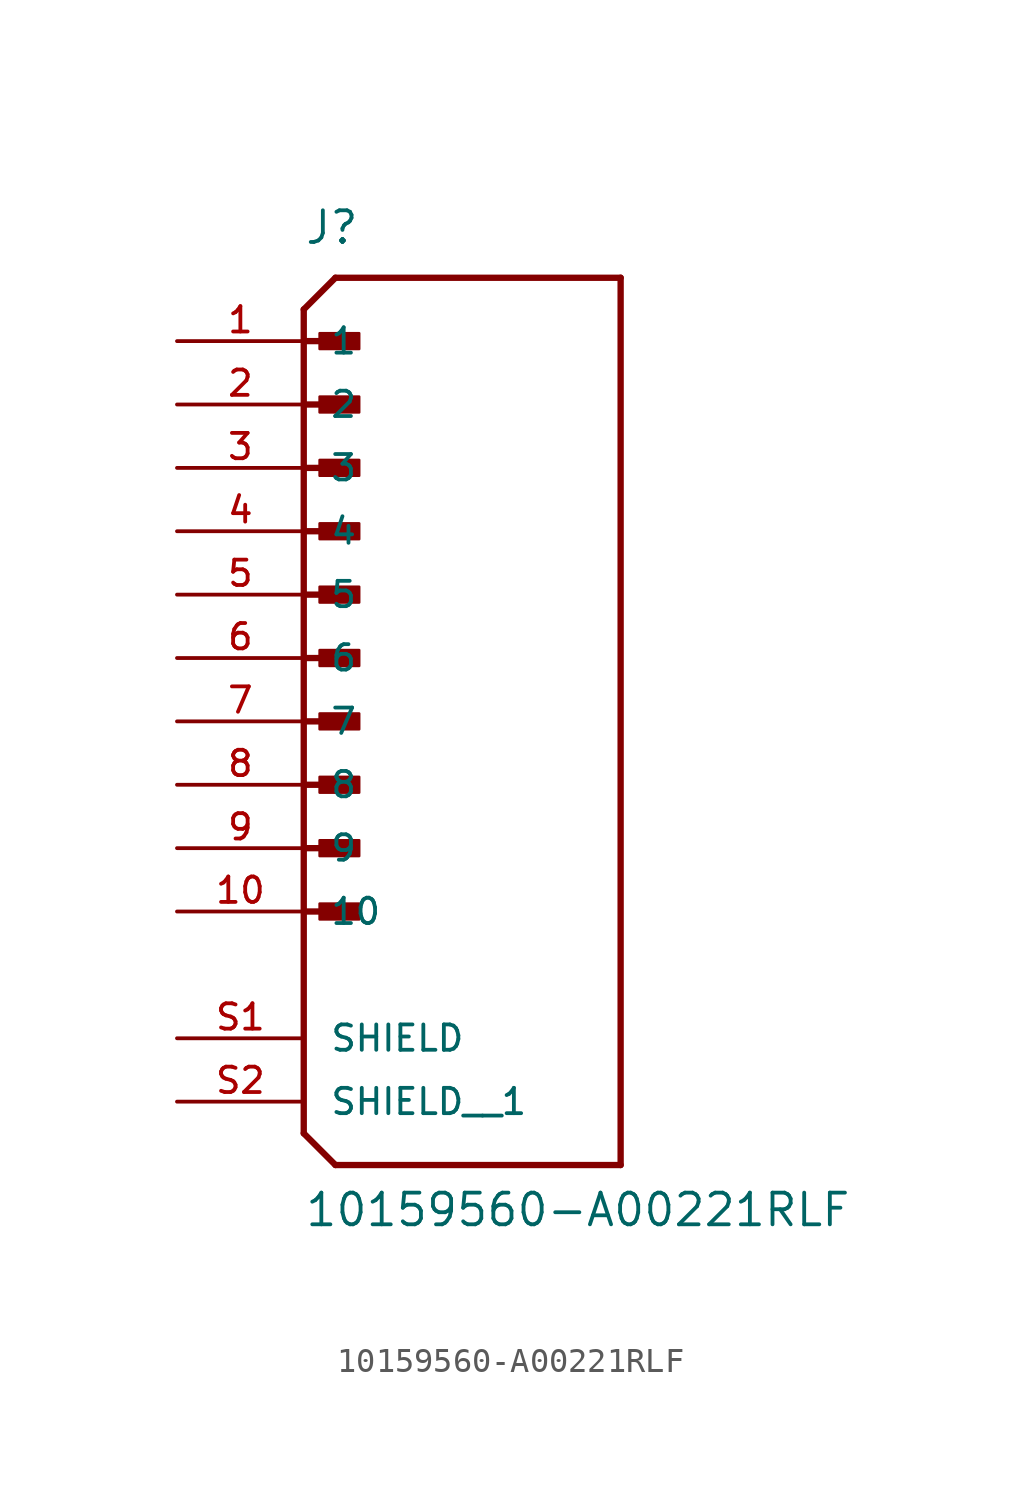
<source format=kicad_sym>
(kicad_symbol_lib
  (version 20211014)
  (generator kicad_symbol_editor)
  (symbol "10159560-A00221RLF"
    (pin_names
      (offset 1.016))
    (property "Reference" "J"
      (at 0.0 16.51 0)
      (effects (font (size 1.27 1.27)) (justify bottom left)))
    (property "Value" "10159560-A00221RLF"
      (at 0.0 -22.86 0)
      (effects (font (size 1.27 1.27)) (justify bottom left)))
    (symbol "10159560-A00221RLF_0_0"
      (polyline (pts (xy 0.0 13.97) (xy 1.27 15.24)) (stroke (width 0.254)))
      (polyline (pts (xy 0.0 13.97) (xy 0.0 12.7)) (stroke (width 0.254)))
      (polyline (pts (xy 0.0 12.7) (xy 0.0 -19.05)) (stroke (width 0.254)))
      (polyline (pts (xy 0.0 -19.05) (xy 1.27 -20.32)) (stroke (width 0.254)))
      (polyline (pts (xy 1.27 -20.32) (xy 12.7 -20.32)) (stroke (width 0.254)))
      (polyline (pts (xy 12.7 -20.32) (xy 12.7 15.24)) (stroke (width 0.254)))
      (polyline (pts (xy 12.7 15.24) (xy 1.27 15.24)) (stroke (width 0.254)))
      (polyline (pts (xy 0.0 12.7) (xy 1.905 12.7)) (stroke (width 0.254)))
      (rectangle (start 0.635 12.383) (end 2.223 13.018) (stroke (width 0.1)) (fill (type outline)))
      (polyline (pts (xy 0.0 10.16) (xy 1.905 10.16)) (stroke (width 0.254)))
      (rectangle (start 0.635 9.842) (end 2.223 10.477) (stroke (width 0.1)) (fill (type outline)))
      (polyline (pts (xy 0.0 7.62) (xy 1.905 7.62)) (stroke (width 0.254)))
      (rectangle (start 0.635 7.303) (end 2.223 7.938) (stroke (width 0.1)) (fill (type outline)))
      (polyline (pts (xy 0.0 5.08) (xy 1.905 5.08)) (stroke (width 0.254)))
      (rectangle (start 0.635 4.763) (end 2.223 5.397) (stroke (width 0.1)) (fill (type outline)))
      (polyline (pts (xy 0.0 2.54) (xy 1.905 2.54)) (stroke (width 0.254)))
      (rectangle (start 0.635 2.223) (end 2.223 2.857) (stroke (width 0.1)) (fill (type outline)))
      (polyline (pts (xy 0.0 0.0) (xy 1.905 0.0)) (stroke (width 0.254)))
      (rectangle (start 0.635 -0.318) (end 2.223 0.318) (stroke (width 0.1)) (fill (type outline)))
      (polyline (pts (xy 0.0 -2.54) (xy 1.905 -2.54)) (stroke (width 0.254)))
      (rectangle (start 0.635 -2.857) (end 2.223 -2.223) (stroke (width 0.1)) (fill (type outline)))
      (polyline (pts (xy 0.0 -5.08) (xy 1.905 -5.08)) (stroke (width 0.254)))
      (rectangle (start 0.635 -5.397) (end 2.223 -4.763) (stroke (width 0.1)) (fill (type outline)))
      (polyline (pts (xy 0.0 -7.62) (xy 1.905 -7.62)) (stroke (width 0.254)))
      (rectangle (start 0.635 -7.938) (end 2.223 -7.303) (stroke (width 0.1)) (fill (type outline)))
      (polyline (pts (xy 0.0 -10.16) (xy 1.905 -10.16)) (stroke (width 0.254)))
      (rectangle (start 0.635 -10.477) (end 2.223 -9.842) (stroke (width 0.1)) (fill (type outline)))
      (pin power_in line (at -5.08 12.7 0) (length 5.08) (name "1" (effects (font (size 1.016 1.016)))) (number "1" (effects (font (size 1.016 1.016)))))
      (pin power_in line (at -5.08 10.16 0) (length 5.08) (name "2" (effects (font (size 1.016 1.016)))) (number "2" (effects (font (size 1.016 1.016)))))
      (pin power_in line (at -5.08 7.62 0) (length 5.08) (name "3" (effects (font (size 1.016 1.016)))) (number "3" (effects (font (size 1.016 1.016)))))
      (pin power_in line (at -5.08 5.08 0) (length 5.08) (name "4" (effects (font (size 1.016 1.016)))) (number "4" (effects (font (size 1.016 1.016)))))
      (pin power_in line (at -5.08 2.54 0) (length 5.08) (name "5" (effects (font (size 1.016 1.016)))) (number "5" (effects (font (size 1.016 1.016)))))
      (pin power_in line (at -5.08 0.0 0) (length 5.08) (name "6" (effects (font (size 1.016 1.016)))) (number "6" (effects (font (size 1.016 1.016)))))
      (pin power_in line (at -5.08 -2.54 0) (length 5.08) (name "7" (effects (font (size 1.016 1.016)))) (number "7" (effects (font (size 1.016 1.016)))))
      (pin power_in line (at -5.08 -5.08 0) (length 5.08) (name "8" (effects (font (size 1.016 1.016)))) (number "8" (effects (font (size 1.016 1.016)))))
      (pin power_in line (at -5.08 -7.62 0) (length 5.08) (name "9" (effects (font (size 1.016 1.016)))) (number "9" (effects (font (size 1.016 1.016)))))
      (pin power_in line (at -5.08 -10.16 0) (length 5.08) (name "10" (effects (font (size 1.016 1.016)))) (number "10" (effects (font (size 1.016 1.016)))))
      (pin passive line (at -5.08 -15.24 0) (length 5.08) (name "SHIELD" (effects (font (size 1.016 1.016)))) (number "S1" (effects (font (size 1.016 1.016)))))
      (pin passive line (at -5.08 -17.78 0) (length 5.08) (name "SHIELD__1" (effects (font (size 1.016 1.016)))) (number "S2" (effects (font (size 1.016 1.016))))))))
</source>
